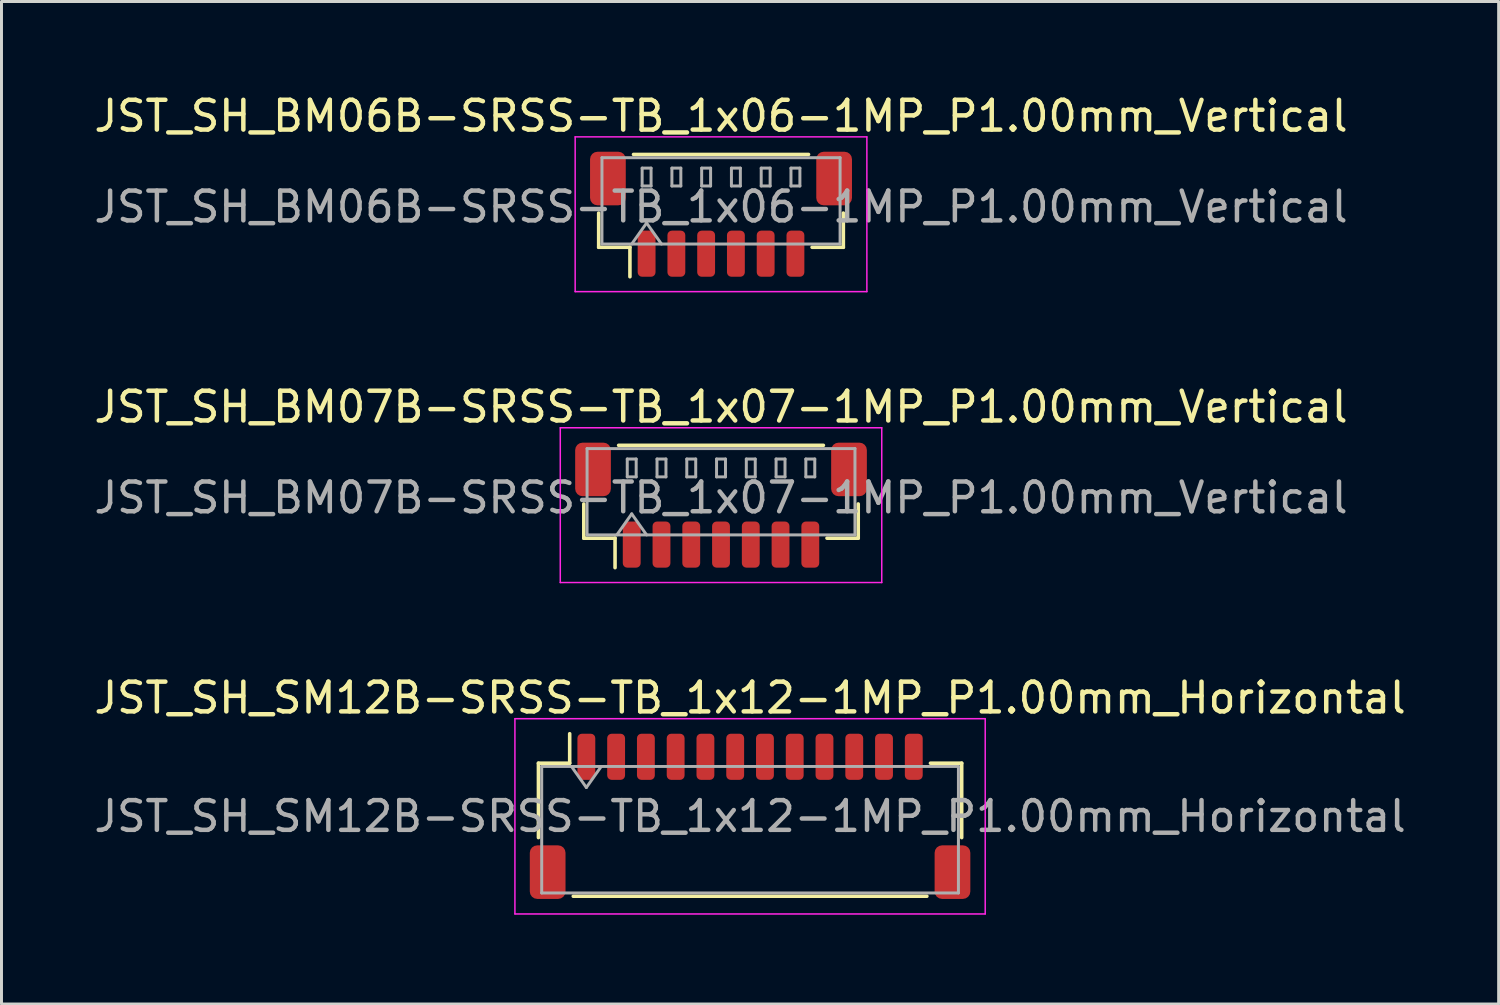
<source format=kicad_pcb>
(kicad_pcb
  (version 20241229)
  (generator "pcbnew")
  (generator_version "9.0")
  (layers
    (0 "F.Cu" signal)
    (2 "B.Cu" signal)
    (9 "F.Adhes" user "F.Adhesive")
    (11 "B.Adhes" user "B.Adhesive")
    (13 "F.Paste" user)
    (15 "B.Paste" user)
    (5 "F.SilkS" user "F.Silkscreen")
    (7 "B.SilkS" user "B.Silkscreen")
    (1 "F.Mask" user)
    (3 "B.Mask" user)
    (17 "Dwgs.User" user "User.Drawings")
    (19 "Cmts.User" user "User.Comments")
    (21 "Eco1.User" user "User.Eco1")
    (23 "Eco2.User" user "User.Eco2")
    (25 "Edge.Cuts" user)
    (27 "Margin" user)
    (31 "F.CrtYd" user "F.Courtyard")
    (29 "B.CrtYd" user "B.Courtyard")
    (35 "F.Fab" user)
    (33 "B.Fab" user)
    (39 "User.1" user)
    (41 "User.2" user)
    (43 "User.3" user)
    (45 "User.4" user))
  (footprint "JST_SH_BM07B-SRSS-TB_1x07-1MP_P1.00mm_Vertical"
    (layer "F.Cu")
    (at 21.173 13.921)
    (property "Reference" "JST_SH_BM07B-SRSS-TB_1x07-1MP_P1.00mm_Vertical" (at 0 -3.3 0) (layer "F.SilkS") (effects (font (size 1 1) (thickness 0.15))))
    (attr smd)
    (fp_line (start -4.61 -0.04) (end -4.61 1.11) (stroke (width 0.12) (type solid)) (layer "F.SilkS"))
    (fp_line (start -4.61 1.11) (end -3.56 1.11) (stroke (width 0.12) (type solid)) (layer "F.SilkS"))
    (fp_line (start -3.56 1.11) (end -3.56 2.1) (stroke (width 0.12) (type solid)) (layer "F.SilkS"))
    (fp_line (start -3.44 -2.01) (end 3.44 -2.01) (stroke (width 0.12) (type solid)) (layer "F.SilkS"))
    (fp_line (start 4.61 -0.04) (end 4.61 1.11) (stroke (width 0.12) (type solid)) (layer "F.SilkS"))
    (fp_line (start 4.61 1.11) (end 3.56 1.11) (stroke (width 0.12) (type solid)) (layer "F.SilkS"))
    (fp_line (start -5.4 -2.6) (end -5.4 2.6) (stroke (width 0.05) (type solid)) (layer "F.CrtYd"))
    (fp_line (start -5.4 2.6) (end 5.4 2.6) (stroke (width 0.05) (type solid)) (layer "F.CrtYd"))
    (fp_line (start 5.4 -2.6) (end -5.4 -2.6) (stroke (width 0.05) (type solid)) (layer "F.CrtYd"))
    (fp_line (start 5.4 2.6) (end 5.4 -2.6) (stroke (width 0.05) (type solid)) (layer "F.CrtYd"))
    (fp_line (start -4.5 -1.9) (end 4.5 -1.9) (stroke (width 0.1) (type solid)) (layer "F.Fab"))
    (fp_line (start -4.5 1) (end -4.5 -1.9) (stroke (width 0.1) (type solid)) (layer "F.Fab"))
    (fp_line (start -4.5 1) (end 4.5 1) (stroke (width 0.1) (type solid)) (layer "F.Fab"))
    (fp_line (start -3.5 1) (end -3 0.293) (stroke (width 0.1) (type solid)) (layer "F.Fab"))
    (fp_line (start -3.15 -1.55) (end -3.15 -0.95) (stroke (width 0.1) (type solid)) (layer "F.Fab"))
    (fp_line (start -3.15 -0.95) (end -2.85 -0.95) (stroke (width 0.1) (type solid)) (layer "F.Fab"))
    (fp_line (start -3 0.293) (end -2.5 1) (stroke (width 0.1) (type solid)) (layer "F.Fab"))
    (fp_line (start -2.85 -1.55) (end -3.15 -1.55) (stroke (width 0.1) (type solid)) (layer "F.Fab"))
    (fp_line (start -2.85 -0.95) (end -2.85 -1.55) (stroke (width 0.1) (type solid)) (layer "F.Fab"))
    (fp_line (start -2.15 -1.55) (end -2.15 -0.95) (stroke (width 0.1) (type solid)) (layer "F.Fab"))
    (fp_line (start -2.15 -0.95) (end -1.85 -0.95) (stroke (width 0.1) (type solid)) (layer "F.Fab"))
    (fp_line (start -1.85 -1.55) (end -2.15 -1.55) (stroke (width 0.1) (type solid)) (layer "F.Fab"))
    (fp_line (start -1.85 -0.95) (end -1.85 -1.55) (stroke (width 0.1) (type solid)) (layer "F.Fab"))
    (fp_line (start -1.15 -1.55) (end -1.15 -0.95) (stroke (width 0.1) (type solid)) (layer "F.Fab"))
    (fp_line (start -1.15 -0.95) (end -0.85 -0.95) (stroke (width 0.1) (type solid)) (layer "F.Fab"))
    (fp_line (start -0.85 -1.55) (end -1.15 -1.55) (stroke (width 0.1) (type solid)) (layer "F.Fab"))
    (fp_line (start -0.85 -0.95) (end -0.85 -1.55) (stroke (width 0.1) (type solid)) (layer "F.Fab"))
    (fp_line (start -0.15 -1.55) (end -0.15 -0.95) (stroke (width 0.1) (type solid)) (layer "F.Fab"))
    (fp_line (start -0.15 -0.95) (end 0.15 -0.95) (stroke (width 0.1) (type solid)) (layer "F.Fab"))
    (fp_line (start 0.15 -1.55) (end -0.15 -1.55) (stroke (width 0.1) (type solid)) (layer "F.Fab"))
    (fp_line (start 0.15 -0.95) (end 0.15 -1.55) (stroke (width 0.1) (type solid)) (layer "F.Fab"))
    (fp_line (start 0.85 -1.55) (end 0.85 -0.95) (stroke (width 0.1) (type solid)) (layer "F.Fab"))
    (fp_line (start 0.85 -0.95) (end 1.15 -0.95) (stroke (width 0.1) (type solid)) (layer "F.Fab"))
    (fp_line (start 1.15 -1.55) (end 0.85 -1.55) (stroke (width 0.1) (type solid)) (layer "F.Fab"))
    (fp_line (start 1.15 -0.95) (end 1.15 -1.55) (stroke (width 0.1) (type solid)) (layer "F.Fab"))
    (fp_line (start 1.85 -1.55) (end 1.85 -0.95) (stroke (width 0.1) (type solid)) (layer "F.Fab"))
    (fp_line (start 1.85 -0.95) (end 2.15 -0.95) (stroke (width 0.1) (type solid)) (layer "F.Fab"))
    (fp_line (start 2.15 -1.55) (end 1.85 -1.55) (stroke (width 0.1) (type solid)) (layer "F.Fab"))
    (fp_line (start 2.15 -0.95) (end 2.15 -1.55) (stroke (width 0.1) (type solid)) (layer "F.Fab"))
    (fp_line (start 2.85 -1.55) (end 2.85 -0.95) (stroke (width 0.1) (type solid)) (layer "F.Fab"))
    (fp_line (start 2.85 -0.95) (end 3.15 -0.95) (stroke (width 0.1) (type solid)) (layer "F.Fab"))
    (fp_line (start 3.15 -1.55) (end 2.85 -1.55) (stroke (width 0.1) (type solid)) (layer "F.Fab"))
    (fp_line (start 3.15 -0.95) (end 3.15 -1.55) (stroke (width 0.1) (type solid)) (layer "F.Fab"))
    (fp_line (start 4.5 1) (end 4.5 -1.9) (stroke (width 0.1) (type solid)) (layer "F.Fab"))
    (fp_text user "${REFERENCE}" (at 0 -0.25 0) (layer "F.Fab") (effects (font (size 1 1) (thickness 0.15))))
    (pad "1" smd roundrect (at -3 1.325) (size 0.6 1.55) (layers "F.Cu" "F.Mask" "F.Paste") (roundrect_rratio 0.25))
    (pad "2" smd roundrect (at -2 1.325) (size 0.6 1.55) (layers "F.Cu" "F.Mask" "F.Paste") (roundrect_rratio 0.25))
    (pad "3" smd roundrect (at -1 1.325) (size 0.6 1.55) (layers "F.Cu" "F.Mask" "F.Paste") (roundrect_rratio 0.25))
    (pad "4" smd roundrect (at 0 1.325) (size 0.6 1.55) (layers "F.Cu" "F.Mask" "F.Paste") (roundrect_rratio 0.25))
    (pad "5" smd roundrect (at 1 1.325) (size 0.6 1.55) (layers "F.Cu" "F.Mask" "F.Paste") (roundrect_rratio 0.25))
    (pad "6" smd roundrect (at 2 1.325) (size 0.6 1.55) (layers "F.Cu" "F.Mask" "F.Paste") (roundrect_rratio 0.25))
    (pad "7" smd roundrect (at 3 1.325) (size 0.6 1.55) (layers "F.Cu" "F.Mask" "F.Paste") (roundrect_rratio 0.25))
    (pad "MP" smd roundrect (at -4.3 -1.2) (size 1.2 1.8) (layers "F.Cu" "F.Mask" "F.Paste") (roundrect_rratio 0.208))
    (pad "MP" smd roundrect (at 4.3 -1.2) (size 1.2 1.8) (layers "F.Cu" "F.Mask" "F.Paste") (roundrect_rratio 0.208)))
  (footprint "JST_SH_SM12B-SRSS-TB_1x12-1MP_P1.00mm_Horizontal"
    (layer "F.Cu")
    (at 22.149 24.375)
    (property "Reference" "JST_SH_SM12B-SRSS-TB_1x12-1MP_P1.00mm_Horizontal" (at 0 -3.98 0) (layer "F.SilkS") (effects (font (size 1 1) (thickness 0.15))))
    (attr smd)
    (fp_line (start -7.11 -1.785) (end -6.06 -1.785) (stroke (width 0.12) (type solid)) (layer "F.SilkS"))
    (fp_line (start -7.11 0.715) (end -7.11 -1.785) (stroke (width 0.12) (type solid)) (layer "F.SilkS"))
    (fp_line (start -6.06 -1.785) (end -6.06 -2.775) (stroke (width 0.12) (type solid)) (layer "F.SilkS"))
    (fp_line (start -5.94 2.685) (end 5.94 2.685) (stroke (width 0.12) (type solid)) (layer "F.SilkS"))
    (fp_line (start 7.11 -1.785) (end 6.06 -1.785) (stroke (width 0.12) (type solid)) (layer "F.SilkS"))
    (fp_line (start 7.11 0.715) (end 7.11 -1.785) (stroke (width 0.12) (type solid)) (layer "F.SilkS"))
    (fp_line (start -7.9 -3.28) (end -7.9 3.28) (stroke (width 0.05) (type solid)) (layer "F.CrtYd"))
    (fp_line (start -7.9 3.28) (end 7.9 3.28) (stroke (width 0.05) (type solid)) (layer "F.CrtYd"))
    (fp_line (start 7.9 -3.28) (end -7.9 -3.28) (stroke (width 0.05) (type solid)) (layer "F.CrtYd"))
    (fp_line (start 7.9 3.28) (end 7.9 -3.28) (stroke (width 0.05) (type solid)) (layer "F.CrtYd"))
    (fp_line (start -7 -1.675) (end -7 2.575) (stroke (width 0.1) (type solid)) (layer "F.Fab"))
    (fp_line (start -7 -1.675) (end 7 -1.675) (stroke (width 0.1) (type solid)) (layer "F.Fab"))
    (fp_line (start -7 2.575) (end 7 2.575) (stroke (width 0.1) (type solid)) (layer "F.Fab"))
    (fp_line (start -6 -1.675) (end -5.5 -0.968) (stroke (width 0.1) (type solid)) (layer "F.Fab"))
    (fp_line (start -5.5 -0.968) (end -5 -1.675) (stroke (width 0.1) (type solid)) (layer "F.Fab"))
    (fp_line (start 7 -1.675) (end 7 2.575) (stroke (width 0.1) (type solid)) (layer "F.Fab"))
    (fp_text user "${REFERENCE}" (at 0 0 0) (layer "F.Fab") (effects (font (size 1 1) (thickness 0.15))))
    (pad "1" smd roundrect (at -5.5 -2) (size 0.6 1.55) (layers "F.Cu" "F.Mask" "F.Paste") (roundrect_rratio 0.25))
    (pad "2" smd roundrect (at -4.5 -2) (size 0.6 1.55) (layers "F.Cu" "F.Mask" "F.Paste") (roundrect_rratio 0.25))
    (pad "3" smd roundrect (at -3.5 -2) (size 0.6 1.55) (layers "F.Cu" "F.Mask" "F.Paste") (roundrect_rratio 0.25))
    (pad "4" smd roundrect (at -2.5 -2) (size 0.6 1.55) (layers "F.Cu" "F.Mask" "F.Paste") (roundrect_rratio 0.25))
    (pad "5" smd roundrect (at -1.5 -2) (size 0.6 1.55) (layers "F.Cu" "F.Mask" "F.Paste") (roundrect_rratio 0.25))
    (pad "6" smd roundrect (at -0.5 -2) (size 0.6 1.55) (layers "F.Cu" "F.Mask" "F.Paste") (roundrect_rratio 0.25))
    (pad "7" smd roundrect (at 0.5 -2) (size 0.6 1.55) (layers "F.Cu" "F.Mask" "F.Paste") (roundrect_rratio 0.25))
    (pad "8" smd roundrect (at 1.5 -2) (size 0.6 1.55) (layers "F.Cu" "F.Mask" "F.Paste") (roundrect_rratio 0.25))
    (pad "9" smd roundrect (at 2.5 -2) (size 0.6 1.55) (layers "F.Cu" "F.Mask" "F.Paste") (roundrect_rratio 0.25))
    (pad "10" smd roundrect (at 3.5 -2) (size 0.6 1.55) (layers "F.Cu" "F.Mask" "F.Paste") (roundrect_rratio 0.25))
    (pad "11" smd roundrect (at 4.5 -2) (size 0.6 1.55) (layers "F.Cu" "F.Mask" "F.Paste") (roundrect_rratio 0.25))
    (pad "12" smd roundrect (at 5.5 -2) (size 0.6 1.55) (layers "F.Cu" "F.Mask" "F.Paste") (roundrect_rratio 0.25))
    (pad "MP" smd roundrect (at -6.8 1.875) (size 1.2 1.8) (layers "F.Cu" "F.Mask" "F.Paste") (roundrect_rratio 0.208))
    (pad "MP" smd roundrect (at 6.8 1.875) (size 1.2 1.8) (layers "F.Cu" "F.Mask" "F.Paste") (roundrect_rratio 0.208)))
  (footprint "JST_SH_BM06B-SRSS-TB_1x06-1MP_P1.00mm_Vertical"
    (layer "F.Cu")
    (at 21.173 4.148)
    (property "Reference" "JST_SH_BM06B-SRSS-TB_1x06-1MP_P1.00mm_Vertical" (at 0 -3.3 0) (layer "F.SilkS") (effects (font (size 1 1) (thickness 0.15))))
    (attr smd)
    (fp_line (start -4.11 -0.04) (end -4.11 1.11) (stroke (width 0.12) (type solid)) (layer "F.SilkS"))
    (fp_line (start -4.11 1.11) (end -3.06 1.11) (stroke (width 0.12) (type solid)) (layer "F.SilkS"))
    (fp_line (start -3.06 1.11) (end -3.06 2.1) (stroke (width 0.12) (type solid)) (layer "F.SilkS"))
    (fp_line (start -2.94 -2.01) (end 2.94 -2.01) (stroke (width 0.12) (type solid)) (layer "F.SilkS"))
    (fp_line (start 4.11 -0.04) (end 4.11 1.11) (stroke (width 0.12) (type solid)) (layer "F.SilkS"))
    (fp_line (start 4.11 1.11) (end 3.06 1.11) (stroke (width 0.12) (type solid)) (layer "F.SilkS"))
    (fp_line (start -4.9 -2.6) (end -4.9 2.6) (stroke (width 0.05) (type solid)) (layer "F.CrtYd"))
    (fp_line (start -4.9 2.6) (end 4.9 2.6) (stroke (width 0.05) (type solid)) (layer "F.CrtYd"))
    (fp_line (start 4.9 -2.6) (end -4.9 -2.6) (stroke (width 0.05) (type solid)) (layer "F.CrtYd"))
    (fp_line (start 4.9 2.6) (end 4.9 -2.6) (stroke (width 0.05) (type solid)) (layer "F.CrtYd"))
    (fp_line (start -4 -1.9) (end 4 -1.9) (stroke (width 0.1) (type solid)) (layer "F.Fab"))
    (fp_line (start -4 1) (end -4 -1.9) (stroke (width 0.1) (type solid)) (layer "F.Fab"))
    (fp_line (start -4 1) (end 4 1) (stroke (width 0.1) (type solid)) (layer "F.Fab"))
    (fp_line (start -3 1) (end -2.5 0.293) (stroke (width 0.1) (type solid)) (layer "F.Fab"))
    (fp_line (start -2.65 -1.55) (end -2.65 -0.95) (stroke (width 0.1) (type solid)) (layer "F.Fab"))
    (fp_line (start -2.65 -0.95) (end -2.35 -0.95) (stroke (width 0.1) (type solid)) (layer "F.Fab"))
    (fp_line (start -2.5 0.293) (end -2 1) (stroke (width 0.1) (type solid)) (layer "F.Fab"))
    (fp_line (start -2.35 -1.55) (end -2.65 -1.55) (stroke (width 0.1) (type solid)) (layer "F.Fab"))
    (fp_line (start -2.35 -0.95) (end -2.35 -1.55) (stroke (width 0.1) (type solid)) (layer "F.Fab"))
    (fp_line (start -1.65 -1.55) (end -1.65 -0.95) (stroke (width 0.1) (type solid)) (layer "F.Fab"))
    (fp_line (start -1.65 -0.95) (end -1.35 -0.95) (stroke (width 0.1) (type solid)) (layer "F.Fab"))
    (fp_line (start -1.35 -1.55) (end -1.65 -1.55) (stroke (width 0.1) (type solid)) (layer "F.Fab"))
    (fp_line (start -1.35 -0.95) (end -1.35 -1.55) (stroke (width 0.1) (type solid)) (layer "F.Fab"))
    (fp_line (start -0.65 -1.55) (end -0.65 -0.95) (stroke (width 0.1) (type solid)) (layer "F.Fab"))
    (fp_line (start -0.65 -0.95) (end -0.35 -0.95) (stroke (width 0.1) (type solid)) (layer "F.Fab"))
    (fp_line (start -0.35 -1.55) (end -0.65 -1.55) (stroke (width 0.1) (type solid)) (layer "F.Fab"))
    (fp_line (start -0.35 -0.95) (end -0.35 -1.55) (stroke (width 0.1) (type solid)) (layer "F.Fab"))
    (fp_line (start 0.35 -1.55) (end 0.35 -0.95) (stroke (width 0.1) (type solid)) (layer "F.Fab"))
    (fp_line (start 0.35 -0.95) (end 0.65 -0.95) (stroke (width 0.1) (type solid)) (layer "F.Fab"))
    (fp_line (start 0.65 -1.55) (end 0.35 -1.55) (stroke (width 0.1) (type solid)) (layer "F.Fab"))
    (fp_line (start 0.65 -0.95) (end 0.65 -1.55) (stroke (width 0.1) (type solid)) (layer "F.Fab"))
    (fp_line (start 1.35 -1.55) (end 1.35 -0.95) (stroke (width 0.1) (type solid)) (layer "F.Fab"))
    (fp_line (start 1.35 -0.95) (end 1.65 -0.95) (stroke (width 0.1) (type solid)) (layer "F.Fab"))
    (fp_line (start 1.65 -1.55) (end 1.35 -1.55) (stroke (width 0.1) (type solid)) (layer "F.Fab"))
    (fp_line (start 1.65 -0.95) (end 1.65 -1.55) (stroke (width 0.1) (type solid)) (layer "F.Fab"))
    (fp_line (start 2.35 -1.55) (end 2.35 -0.95) (stroke (width 0.1) (type solid)) (layer "F.Fab"))
    (fp_line (start 2.35 -0.95) (end 2.65 -0.95) (stroke (width 0.1) (type solid)) (layer "F.Fab"))
    (fp_line (start 2.65 -1.55) (end 2.35 -1.55) (stroke (width 0.1) (type solid)) (layer "F.Fab"))
    (fp_line (start 2.65 -0.95) (end 2.65 -1.55) (stroke (width 0.1) (type solid)) (layer "F.Fab"))
    (fp_line (start 4 1) (end 4 -1.9) (stroke (width 0.1) (type solid)) (layer "F.Fab"))
    (fp_text user "${REFERENCE}" (at 0 -0.25 0) (layer "F.Fab") (effects (font (size 1 1) (thickness 0.15))))
    (pad "1" smd roundrect (at -2.5 1.325) (size 0.6 1.55) (layers "F.Cu" "F.Mask" "F.Paste") (roundrect_rratio 0.25))
    (pad "2" smd roundrect (at -1.5 1.325) (size 0.6 1.55) (layers "F.Cu" "F.Mask" "F.Paste") (roundrect_rratio 0.25))
    (pad "3" smd roundrect (at -0.5 1.325) (size 0.6 1.55) (layers "F.Cu" "F.Mask" "F.Paste") (roundrect_rratio 0.25))
    (pad "4" smd roundrect (at 0.5 1.325) (size 0.6 1.55) (layers "F.Cu" "F.Mask" "F.Paste") (roundrect_rratio 0.25))
    (pad "5" smd roundrect (at 1.5 1.325) (size 0.6 1.55) (layers "F.Cu" "F.Mask" "F.Paste") (roundrect_rratio 0.25))
    (pad "6" smd roundrect (at 2.5 1.325) (size 0.6 1.55) (layers "F.Cu" "F.Mask" "F.Paste") (roundrect_rratio 0.25))
    (pad "MP" smd roundrect (at -3.8 -1.2) (size 1.2 1.8) (layers "F.Cu" "F.Mask" "F.Paste") (roundrect_rratio 0.208))
    (pad "MP" smd roundrect (at 3.8 -1.2) (size 1.2 1.8) (layers "F.Cu" "F.Mask" "F.Paste") (roundrect_rratio 0.208)))
  (gr_rect
    (start -3 -3)
    (end 47.298 30.68)
    (stroke (width 0.1) (type default))
    (fill no)
    (layer "Edge.Cuts")))
</source>
